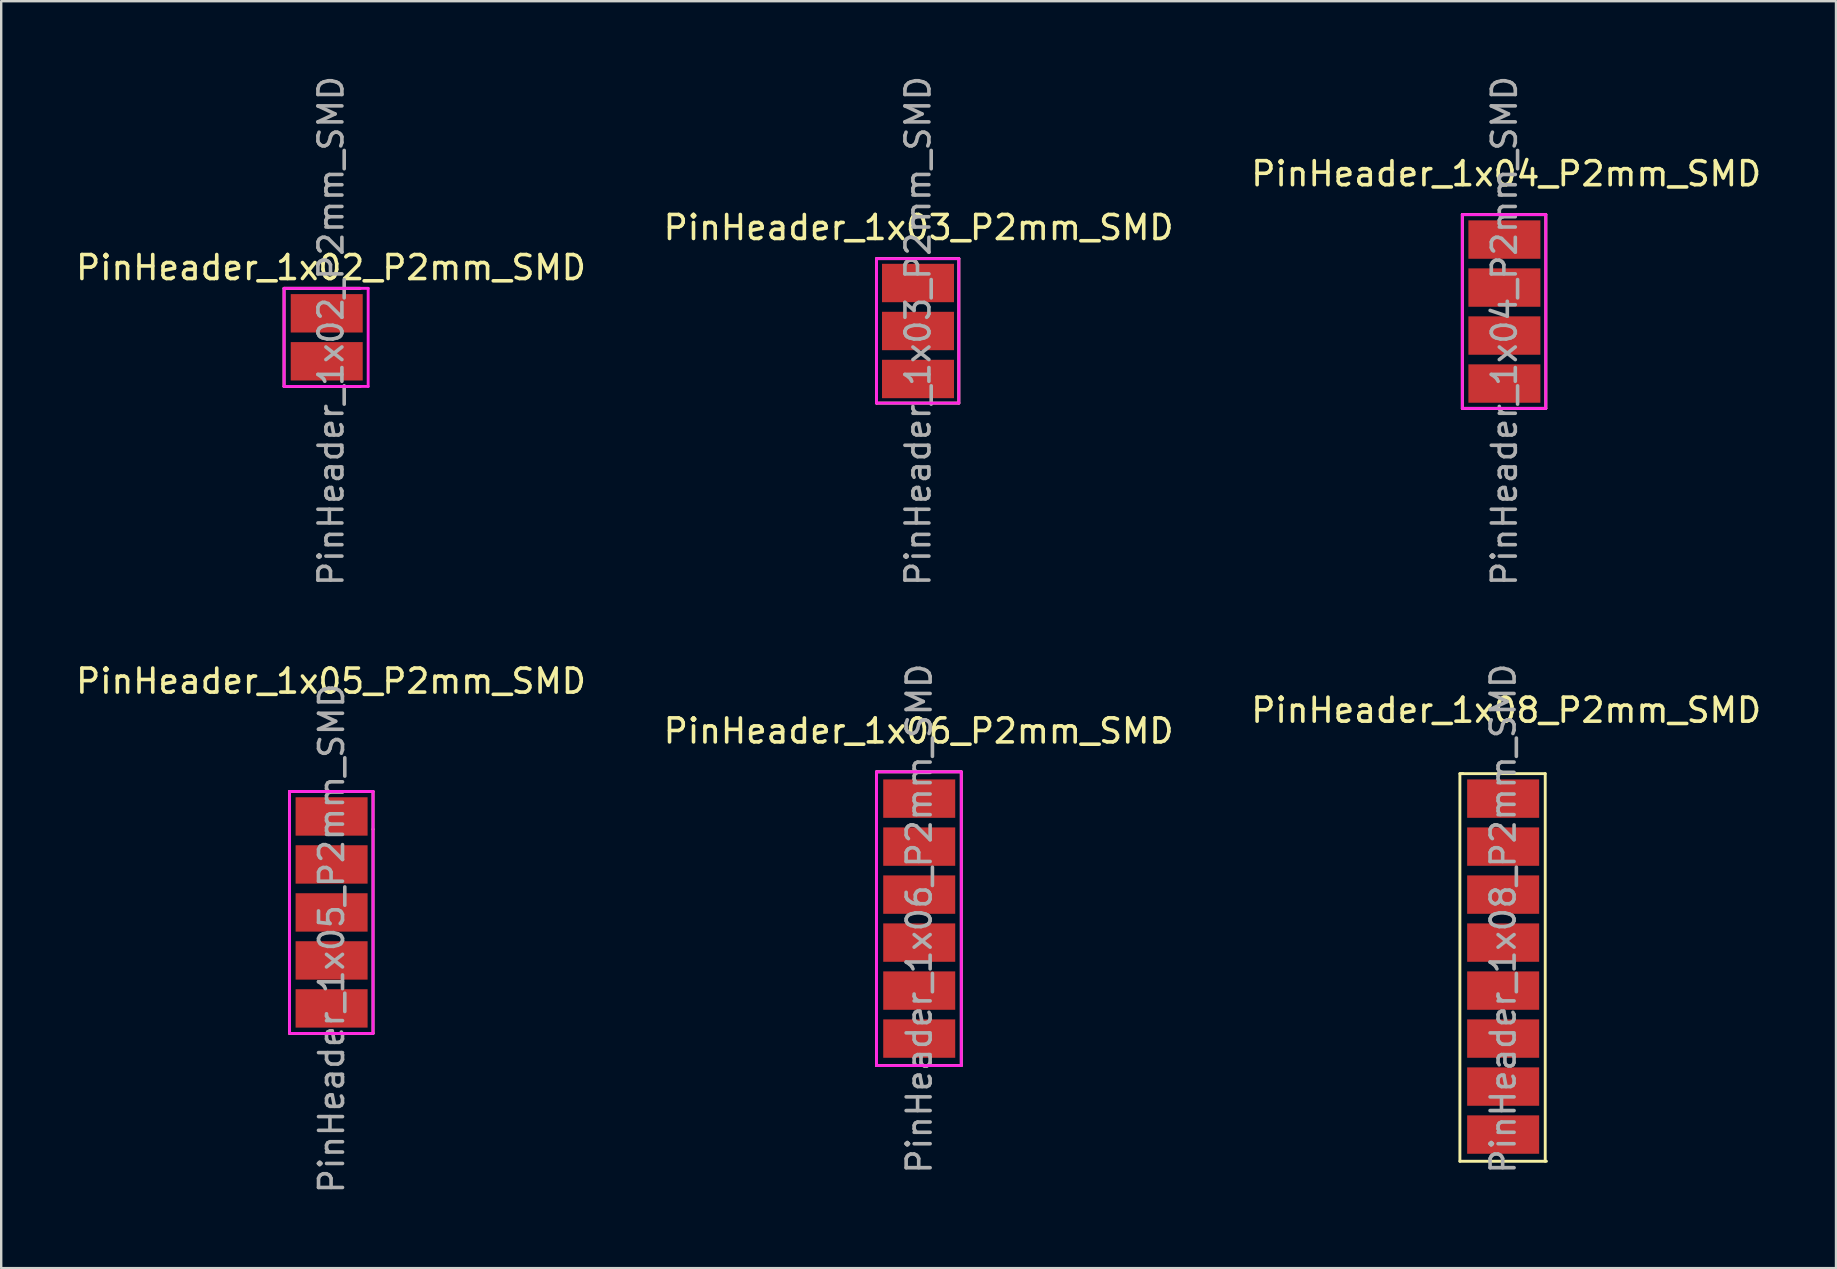
<source format=kicad_pcb>
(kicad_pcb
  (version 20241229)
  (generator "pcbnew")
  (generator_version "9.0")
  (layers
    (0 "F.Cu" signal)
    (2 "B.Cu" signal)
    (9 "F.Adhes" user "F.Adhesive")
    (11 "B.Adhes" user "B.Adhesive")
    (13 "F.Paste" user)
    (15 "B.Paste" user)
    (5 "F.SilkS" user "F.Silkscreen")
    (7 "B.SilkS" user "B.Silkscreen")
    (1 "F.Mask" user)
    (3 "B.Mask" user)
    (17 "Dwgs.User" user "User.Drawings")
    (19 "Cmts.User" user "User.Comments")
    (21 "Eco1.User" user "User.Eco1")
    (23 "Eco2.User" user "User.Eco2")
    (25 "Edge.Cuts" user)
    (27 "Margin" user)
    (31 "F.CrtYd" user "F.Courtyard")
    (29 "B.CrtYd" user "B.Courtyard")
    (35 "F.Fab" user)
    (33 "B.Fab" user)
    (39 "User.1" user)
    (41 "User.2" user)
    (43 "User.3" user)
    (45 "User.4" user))
  (footprint "PinHeader_1x04_P2mm_SMD"
    (layer "F.Cu")
    (at 59.644 6.934)
    (property "Reference" "PinHeader_1x04_P2mm_SMD" (at 0.076 -2.743 0) (layer "F.SilkS") (effects (font (size 1 1) (thickness 0.15))))
    (attr through_hole)
    (fp_line (start -1.753 -1.041) (end 1.727 -1.041) (stroke (width 0.12) (type solid)) (layer "F.SilkS"))
    (fp_line (start -1.753 7.036) (end -1.753 -1.041) (stroke (width 0.12) (type solid)) (layer "F.SilkS"))
    (fp_line (start 1.727 -1.041) (end 1.727 7.036) (stroke (width 0.12) (type solid)) (layer "F.SilkS"))
    (fp_line (start 1.727 7.036) (end -1.753 7.036) (stroke (width 0.12) (type solid)) (layer "F.SilkS"))
    (fp_line (start -1.753 -1.041) (end -1.753 7.036) (stroke (width 0.12) (type solid)) (layer "F.CrtYd"))
    (fp_line (start -1.753 7.036) (end 1.727 7.036) (stroke (width 0.12) (type solid)) (layer "F.CrtYd"))
    (fp_line (start 1.727 -1.041) (end -1.753 -1.041) (stroke (width 0.12) (type solid)) (layer "F.CrtYd"))
    (fp_line (start 1.727 7.036) (end 1.727 -1.041) (stroke (width 0.12) (type solid)) (layer "F.CrtYd"))
    (fp_text user "${REFERENCE}" (at 0 3.81 90) (layer "F.Fab") (effects (font (size 1 1) (thickness 0.15))))
    (pad "1" smd rect (at 0 0) (size 3 1.6) (layers "F.Cu" "F.Mask" "F.Paste"))
    (pad "2" smd rect (at 0 2) (size 3 1.6) (layers "F.Cu" "F.Mask" "F.Paste"))
    (pad "3" smd rect (at 0 4) (size 3 1.6) (layers "F.Cu" "F.Mask" "F.Paste"))
    (pad "4" smd rect (at 0 6) (size 3 1.6) (layers "F.Cu" "F.Mask" "F.Paste")))
  (footprint "PinHeader_1x05_P2mm_SMD"
    (layer "F.Cu")
    (at 10.769 30.975)
    (property "Reference" "PinHeader_1x05_P2mm_SMD" (at -0.025 -5.639 0) (layer "F.SilkS") (effects (font (size 1 1) (thickness 0.15))))
    (attr through_hole)
    (fp_line (start -1.753 -1.041) (end 1.727 -1.041) (stroke (width 0.12) (type solid)) (layer "F.SilkS"))
    (fp_line (start -1.753 9.042) (end -1.753 -1.041) (stroke (width 0.12) (type solid)) (layer "F.SilkS"))
    (fp_line (start 1.727 -1.041) (end 1.727 0.533) (stroke (width 0.12) (type solid)) (layer "F.SilkS"))
    (fp_line (start 1.727 0.533) (end 1.727 9.042) (stroke (width 0.12) (type solid)) (layer "F.SilkS"))
    (fp_line (start 1.727 9.042) (end -1.753 9.042) (stroke (width 0.12) (type solid)) (layer "F.SilkS"))
    (fp_line (start -1.753 -1.041) (end -1.753 9.017) (stroke (width 0.12) (type solid)) (layer "F.CrtYd"))
    (fp_line (start -1.753 9.042) (end 1.727 9.042) (stroke (width 0.12) (type solid)) (layer "F.CrtYd"))
    (fp_line (start 1.727 -1.041) (end -1.753 -1.041) (stroke (width 0.12) (type solid)) (layer "F.CrtYd"))
    (fp_line (start 1.727 9.042) (end 1.727 -1.041) (stroke (width 0.12) (type solid)) (layer "F.CrtYd"))
    (fp_text user "${REFERENCE}" (at 0 5.08 90) (layer "F.Fab") (effects (font (size 1 1) (thickness 0.15))))
    (pad "1" smd rect (at 0 0) (size 3 1.6) (layers "F.Cu" "F.Mask" "F.Paste"))
    (pad "2" smd rect (at 0 2) (size 3 1.6) (layers "F.Cu" "F.Mask" "F.Paste"))
    (pad "3" smd rect (at 0 4) (size 3 1.6) (layers "F.Cu" "F.Mask" "F.Paste"))
    (pad "4" smd rect (at 0 6 270) (size 1.6 3) (layers "F.Cu" "F.Mask" "F.Paste"))
    (pad "5" smd rect (at 0 8) (size 3 1.6) (layers "F.Cu" "F.Mask" "F.Paste")))
  (footprint "PinHeader_1x02_P2mm_SMD"
    (layer "F.Cu")
    (at 10.566 10.007)
    (property "Reference" "PinHeader_1x02_P2mm_SMD" (at 0.178 -1.905 0) (layer "F.SilkS") (effects (font (size 1 1) (thickness 0.15))))
    (attr through_hole)
    (fp_line (start -1.778 -1.041) (end 1.397 -1.041) (stroke (width 0.12) (type solid)) (layer "F.SilkS"))
    (fp_line (start -1.778 3.048) (end -1.778 -1.041) (stroke (width 0.12) (type solid)) (layer "F.SilkS"))
    (fp_line (start 1.397 3.048) (end -1.778 3.048) (stroke (width 0.12) (type solid)) (layer "F.SilkS"))
    (fp_line (start -1.778 -1.041) (end 1.727 -1.041) (stroke (width 0.12) (type solid)) (layer "F.CrtYd"))
    (fp_line (start -1.778 3.048) (end -1.778 -1.041) (stroke (width 0.12) (type solid)) (layer "F.CrtYd"))
    (fp_line (start 1.727 -1.041) (end 1.727 3.048) (stroke (width 0.12) (type solid)) (layer "F.CrtYd"))
    (fp_line (start 1.727 3.048) (end -1.778 3.048) (stroke (width 0.12) (type solid)) (layer "F.CrtYd"))
    (fp_text user "${REFERENCE}" (at 0.178 0.737 90) (layer "F.Fab") (effects (font (size 1 1) (thickness 0.15))))
    (pad "1" smd rect (at 0 0) (size 3 1.6) (layers "F.Cu" "F.Mask" "F.Paste"))
    (pad "2" smd rect (at 0 2) (size 3 1.6) (layers "F.Cu" "F.Mask" "F.Paste")))
  (footprint "PinHeader_1x06_P2mm_SMD"
    (layer "F.Cu")
    (at 35.258 30.232)
    (property "Reference" "PinHeader_1x06_P2mm_SMD" (at -0.025 -2.819 0) (layer "F.SilkS") (effects (font (size 1 1) (thickness 0.15))))
    (attr through_hole)
    (fp_line (start -1.778 -1.118) (end 1.753 -1.118) (stroke (width 0.12) (type solid)) (layer "F.SilkS"))
    (fp_line (start -1.778 11.125) (end -1.778 -1.118) (stroke (width 0.12) (type solid)) (layer "F.SilkS"))
    (fp_line (start 1.753 -1.118) (end 1.753 11.125) (stroke (width 0.12) (type solid)) (layer "F.SilkS"))
    (fp_line (start 1.753 11.125) (end -1.778 11.125) (stroke (width 0.12) (type solid)) (layer "F.SilkS"))
    (fp_line (start -1.778 -1.118) (end 1.753 -1.118) (stroke (width 0.12) (type solid)) (layer "F.CrtYd"))
    (fp_line (start -1.778 11.125) (end -1.778 -1.118) (stroke (width 0.12) (type solid)) (layer "F.CrtYd"))
    (fp_line (start 1.753 -1.118) (end 1.753 11.125) (stroke (width 0.12) (type solid)) (layer "F.CrtYd"))
    (fp_line (start 1.753 11.125) (end -1.778 11.125) (stroke (width 0.12) (type solid)) (layer "F.CrtYd"))
    (fp_text user "${REFERENCE}" (at 0 5 90) (layer "F.Fab") (effects (font (size 1 1) (thickness 0.15))))
    (pad "1" smd rect (at 0 0) (size 3 1.6) (layers "F.Cu" "F.Mask" "F.Paste"))
    (pad "2" smd rect (at 0 2) (size 3 1.6) (layers "F.Cu" "F.Mask" "F.Paste"))
    (pad "3" smd rect (at 0 4) (size 3 1.6) (layers "F.Cu" "F.Mask" "F.Paste"))
    (pad "4" smd rect (at 0 6 180) (size 3 1.6) (layers "F.Cu" "F.Mask" "F.Paste"))
    (pad "5" smd rect (at 0 8) (size 3 1.6) (layers "F.Cu" "F.Mask" "F.Paste"))
    (pad "6" smd rect (at 0 10) (size 3 1.6) (layers "F.Cu" "F.Mask" "F.Paste")))
  (footprint "PinHeader_1x08_P2mm_SMD"
    (layer "F.Cu")
    (at 59.593 30.232)
    (property "Reference" "PinHeader_1x08_P2mm_SMD" (at 0.127 -3.683 0) (layer "F.SilkS") (effects (font (size 1 1) (thickness 0.15))))
    (attr through_hole)
    (fp_line (start -1.803 -1.041) (end -1.676 -1.041) (stroke (width 0.12) (type solid)) (layer "F.SilkS"))
    (fp_line (start -1.803 15.113) (end -1.803 -1.041) (stroke (width 0.12) (type solid)) (layer "F.SilkS"))
    (fp_line (start -1.727 -1.041) (end 1.753 -1.041) (stroke (width 0.12) (type solid)) (layer "F.SilkS"))
    (fp_line (start 1.753 -1.041) (end 1.753 15.113) (stroke (width 0.12) (type solid)) (layer "F.SilkS"))
    (fp_line (start 1.803 15.113) (end -1.803 15.113) (stroke (width 0.12) (type solid)) (layer "F.SilkS"))
    (fp_text user "${REFERENCE}" (at 0 5 90) (layer "F.Fab") (effects (font (size 1 1) (thickness 0.15))))
    (pad "1" smd rect (at 0 0) (size 3 1.6) (layers "F.Cu" "F.Mask" "F.Paste"))
    (pad "2" smd rect (at 0 2) (size 3 1.6) (layers "F.Cu" "F.Mask" "F.Paste"))
    (pad "3" smd rect (at 0 4) (size 3 1.6) (layers "F.Cu" "F.Mask" "F.Paste"))
    (pad "4" smd rect (at 0 6 180) (size 3 1.6) (layers "F.Cu" "F.Mask" "F.Paste"))
    (pad "5" smd rect (at 0 8) (size 3 1.6) (layers "F.Cu" "F.Mask" "F.Paste"))
    (pad "6" smd rect (at 0 10) (size 3 1.6) (layers "F.Cu" "F.Mask" "F.Paste"))
    (pad "7" smd rect (at 0 12) (size 3 1.6) (layers "F.Cu" "F.Mask" "F.Paste"))
    (pad "8" smd rect (at 0 14) (size 3 1.6) (layers "F.Cu" "F.Mask" "F.Paste")))
  (footprint "PinHeader_1x03_P2mm_SMD"
    (layer "F.Cu")
    (at 35.207 8.744)
    (property "Reference" "PinHeader_1x03_P2mm_SMD" (at 0.025 -2.311 0) (layer "F.SilkS") (effects (font (size 1 1) (thickness 0.15))))
    (attr through_hole)
    (fp_line (start -1.727 -1.016) (end 1.702 -1.016) (stroke (width 0.12) (type solid)) (layer "F.SilkS"))
    (fp_line (start -1.727 5.004) (end -1.727 -1.016) (stroke (width 0.12) (type solid)) (layer "F.SilkS"))
    (fp_line (start 1.702 -1.016) (end 1.702 5.004) (stroke (width 0.12) (type solid)) (layer "F.SilkS"))
    (fp_line (start 1.702 5.004) (end -1.727 5.004) (stroke (width 0.12) (type solid)) (layer "F.SilkS"))
    (fp_line (start -1.727 -1.016) (end 1.702 -1.016) (stroke (width 0.12) (type solid)) (layer "F.CrtYd"))
    (fp_line (start -1.727 5.004) (end -1.727 -1.016) (stroke (width 0.12) (type solid)) (layer "F.CrtYd"))
    (fp_line (start 1.702 -1.016) (end 1.702 5.004) (stroke (width 0.12) (type solid)) (layer "F.CrtYd"))
    (fp_line (start 1.702 5.004) (end -1.727 5.004) (stroke (width 0.12) (type solid)) (layer "F.CrtYd"))
    (fp_text user "${REFERENCE}" (at 0 2 90) (layer "F.Fab") (effects (font (size 1 1) (thickness 0.15))))
    (pad "1" smd rect (at 0 0) (size 3 1.6) (layers "F.Cu" "F.Mask" "F.Paste"))
    (pad "2" smd rect (at 0 2) (size 3 1.6) (layers "F.Cu" "F.Mask" "F.Paste"))
    (pad "3" smd rect (at 0 4) (size 3 1.6) (layers "F.Cu" "F.Mask" "F.Paste")))
  (gr_rect
    (start -3 -3)
    (end 73.464 49.799)
    (stroke (width 0.1) (type default))
    (fill no)
    (layer "Edge.Cuts")))
</source>
